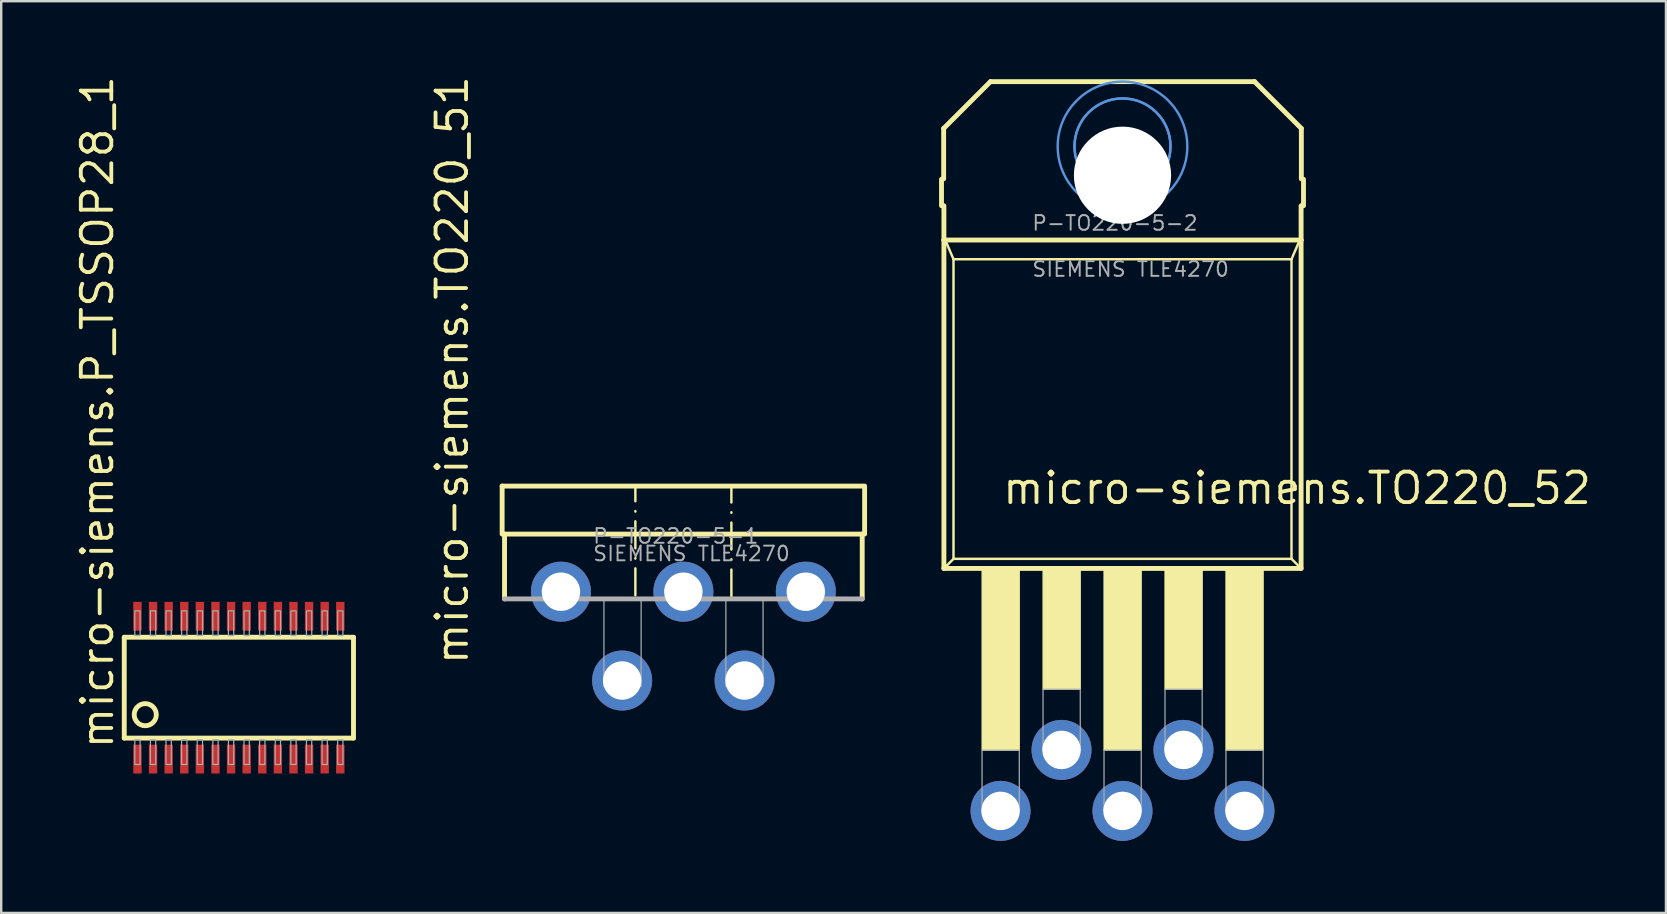
<source format=kicad_pcb>
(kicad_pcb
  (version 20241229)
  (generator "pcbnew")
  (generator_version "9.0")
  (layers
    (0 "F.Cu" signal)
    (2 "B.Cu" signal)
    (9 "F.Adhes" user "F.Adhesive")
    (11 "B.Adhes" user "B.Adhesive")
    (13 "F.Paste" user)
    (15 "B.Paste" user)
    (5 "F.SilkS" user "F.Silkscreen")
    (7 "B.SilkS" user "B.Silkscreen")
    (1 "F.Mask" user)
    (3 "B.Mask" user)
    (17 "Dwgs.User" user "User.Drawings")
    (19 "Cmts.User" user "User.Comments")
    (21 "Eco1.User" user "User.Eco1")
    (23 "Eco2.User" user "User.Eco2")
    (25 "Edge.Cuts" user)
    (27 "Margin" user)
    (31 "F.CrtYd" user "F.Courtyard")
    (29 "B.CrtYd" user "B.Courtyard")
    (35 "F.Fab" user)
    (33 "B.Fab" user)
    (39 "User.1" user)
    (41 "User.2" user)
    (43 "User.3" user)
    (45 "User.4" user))
  (footprint "micro-siemens.TO220_51"
    (layer "F.Cu")
    (at 25.418 17.099)
    (property "Reference" "micro-siemens.TO220_51" (at -8.89 7.62 90) (layer "F.SilkS") (effects (font (size 1.27 1.27) (thickness 0.16)) (justify left bottom)))
    (attr through_hole)
    (fp_line (start -7.55 0.1) (end -7.55 2.1) (stroke (width 0.203) (type default)) (layer "F.SilkS"))
    (fp_line (start -7.45 2.1) (end -7.45 4.8) (stroke (width 0.203) (type default)) (layer "F.SilkS"))
    (fp_line (start -2 4.65) (end -2 0.2) (stroke (width 0.102) (type dash_dot)) (layer "F.SilkS"))
    (fp_line (start 2 4.7) (end 2 0.2) (stroke (width 0.102) (type dash_dot)) (layer "F.SilkS"))
    (fp_line (start 7.45 2.1) (end -7.45 2.1) (stroke (width 0.203) (type default)) (layer "F.SilkS"))
    (fp_line (start 7.45 4.8) (end 7.45 2.1) (stroke (width 0.203) (type default)) (layer "F.SilkS"))
    (fp_line (start 7.5 0.1) (end -7.55 0.1) (stroke (width 0.203) (type default)) (layer "F.SilkS"))
    (fp_line (start 7.55 2.1) (end 7.55 0.1) (stroke (width 0.203) (type default)) (layer "F.SilkS"))
    (fp_line (start -7.45 4.8) (end 7.45 4.8) (stroke (width 0.203) (type default)) (layer "F.Fab"))
    (fp_rect (start -3.31 8.45) (end -1.76 4.8) (stroke (width 0.05) (type default)) (fill no) (layer "F.Fab"))
    (fp_rect (start 1.77 8.45) (end 3.32 4.8) (stroke (width 0.05) (type default)) (fill no) (layer "F.Fab"))
    (fp_text user "SIEMENS TLE4270" (at -3.81 3.27 0) (layer "F.Fab") (effects (font (size 0.61 0.61) (thickness 0.08)) (justify left bottom)))
    (fp_text user "P-TO220-5-1" (at -3.81 2.54 0) (layer "F.Fab") (effects (font (size 0.61 0.61) (thickness 0.08)) (justify left bottom)))
    (pad "1" thru_hole circle (at -5.1 4.5 90) (size 2.5 2.5) (drill 1.6) (layers "*.Cu" "*.Mask"))
    (pad "2" thru_hole circle (at -2.55 8.2 90) (size 2.5 2.5) (drill 1.6) (layers "*.Cu" "*.Mask"))
    (pad "3" thru_hole circle (at 0 4.5 90) (size 2.5 2.5) (drill 1.6) (layers "*.Cu" "*.Mask"))
    (pad "4" thru_hole circle (at 2.55 8.2 90) (size 2.5 2.5) (drill 1.6) (layers "*.Cu" "*.Mask"))
    (pad "5" thru_hole circle (at 5.1 4.5 90) (size 2.5 2.5) (drill 1.6) (layers "*.Cu" "*.Mask")))
  (footprint "micro-siemens.P_TSSOP28_1"
    (layer "F.Cu")
    (at 6.901 25.597)
    (property "Reference" "micro-siemens.P_TSSOP28_1" (at -5.151 2.63 90) (layer "F.SilkS") (effects (font (size 1.27 1.27) (thickness 0.16)) (justify left bottom)))
    (attr smd)
    (fp_line (start -4.775 -2.1) (end -4.775 2.1) (stroke (width 0.203) (type default)) (layer "F.SilkS"))
    (fp_line (start -4.775 2.1) (end 4.775 2.1) (stroke (width 0.203) (type default)) (layer "F.SilkS"))
    (fp_line (start 4.775 -2.1) (end -4.775 -2.1) (stroke (width 0.203) (type default)) (layer "F.SilkS"))
    (fp_line (start 4.775 2.1) (end 4.775 -2.1) (stroke (width 0.203) (type default)) (layer "F.SilkS"))
    (fp_circle (center -3.9 1.125) (end -3.44 1.125) (stroke (width 0.203) (type default)) (fill no) (layer "F.SilkS"))
    (fp_rect (start -4.335 -2.17) (end -4.115 -3.2) (stroke (width 0.05) (type default)) (fill no) (layer "F.Fab"))
    (fp_rect (start -4.335 3.2) (end -4.115 2.17) (stroke (width 0.05) (type default)) (fill no) (layer "F.Fab"))
    (fp_rect (start -3.685 -2.17) (end -3.465 -3.2) (stroke (width 0.05) (type default)) (fill no) (layer "F.Fab"))
    (fp_rect (start -3.685 3.2) (end -3.465 2.17) (stroke (width 0.05) (type default)) (fill no) (layer "F.Fab"))
    (fp_rect (start -3.035 -2.17) (end -2.815 -3.2) (stroke (width 0.05) (type default)) (fill no) (layer "F.Fab"))
    (fp_rect (start -3.035 3.2) (end -2.815 2.17) (stroke (width 0.05) (type default)) (fill no) (layer "F.Fab"))
    (fp_rect (start -2.385 -2.17) (end -2.165 -3.2) (stroke (width 0.05) (type default)) (fill no) (layer "F.Fab"))
    (fp_rect (start -2.385 3.2) (end -2.165 2.17) (stroke (width 0.05) (type default)) (fill no) (layer "F.Fab"))
    (fp_rect (start -1.735 -2.17) (end -1.515 -3.2) (stroke (width 0.05) (type default)) (fill no) (layer "F.Fab"))
    (fp_rect (start -1.735 3.2) (end -1.515 2.17) (stroke (width 0.05) (type default)) (fill no) (layer "F.Fab"))
    (fp_rect (start -1.085 -2.17) (end -0.865 -3.2) (stroke (width 0.05) (type default)) (fill no) (layer "F.Fab"))
    (fp_rect (start -1.085 3.2) (end -0.865 2.17) (stroke (width 0.05) (type default)) (fill no) (layer "F.Fab"))
    (fp_rect (start -0.435 -2.17) (end -0.215 -3.2) (stroke (width 0.05) (type default)) (fill no) (layer "F.Fab"))
    (fp_rect (start -0.435 3.2) (end -0.215 2.17) (stroke (width 0.05) (type default)) (fill no) (layer "F.Fab"))
    (fp_rect (start 0.215 -2.17) (end 0.435 -3.2) (stroke (width 0.05) (type default)) (fill no) (layer "F.Fab"))
    (fp_rect (start 0.215 3.2) (end 0.435 2.17) (stroke (width 0.05) (type default)) (fill no) (layer "F.Fab"))
    (fp_rect (start 0.865 -2.17) (end 1.085 -3.2) (stroke (width 0.05) (type default)) (fill no) (layer "F.Fab"))
    (fp_rect (start 0.865 3.2) (end 1.085 2.17) (stroke (width 0.05) (type default)) (fill no) (layer "F.Fab"))
    (fp_rect (start 1.515 -2.17) (end 1.735 -3.2) (stroke (width 0.05) (type default)) (fill no) (layer "F.Fab"))
    (fp_rect (start 1.515 3.2) (end 1.735 2.17) (stroke (width 0.05) (type default)) (fill no) (layer "F.Fab"))
    (fp_rect (start 2.165 -2.17) (end 2.385 -3.2) (stroke (width 0.05) (type default)) (fill no) (layer "F.Fab"))
    (fp_rect (start 2.165 3.2) (end 2.385 2.17) (stroke (width 0.05) (type default)) (fill no) (layer "F.Fab"))
    (fp_rect (start 2.815 -2.17) (end 3.035 -3.2) (stroke (width 0.05) (type default)) (fill no) (layer "F.Fab"))
    (fp_rect (start 2.815 3.2) (end 3.035 2.17) (stroke (width 0.05) (type default)) (fill no) (layer "F.Fab"))
    (fp_rect (start 3.465 -2.17) (end 3.685 -3.2) (stroke (width 0.05) (type default)) (fill no) (layer "F.Fab"))
    (fp_rect (start 3.465 3.2) (end 3.685 2.17) (stroke (width 0.05) (type default)) (fill no) (layer "F.Fab"))
    (fp_rect (start 4.115 -2.17) (end 4.335 -3.2) (stroke (width 0.05) (type default)) (fill no) (layer "F.Fab"))
    (fp_rect (start 4.115 3.2) (end 4.335 2.17) (stroke (width 0.05) (type default)) (fill no) (layer "F.Fab"))
    (pad "1" smd roundrect (at -4.225 2.975) (size 0.35 1.2) (layers "F.Cu" "F.Mask" "F.Paste") (roundrect_rratio 0.01))
    (pad "2" smd roundrect (at -3.575 2.975) (size 0.35 1.2) (layers "F.Cu" "F.Mask" "F.Paste") (roundrect_rratio 0.01))
    (pad "3" smd roundrect (at -2.925 2.975) (size 0.35 1.2) (layers "F.Cu" "F.Mask" "F.Paste") (roundrect_rratio 0.01))
    (pad "4" smd roundrect (at -2.275 2.975) (size 0.35 1.2) (layers "F.Cu" "F.Mask" "F.Paste") (roundrect_rratio 0.01))
    (pad "5" smd roundrect (at -1.625 2.975) (size 0.35 1.2) (layers "F.Cu" "F.Mask" "F.Paste") (roundrect_rratio 0.01))
    (pad "6" smd roundrect (at -0.975 2.975) (size 0.35 1.2) (layers "F.Cu" "F.Mask" "F.Paste") (roundrect_rratio 0.01))
    (pad "7" smd roundrect (at -0.325 2.975) (size 0.35 1.2) (layers "F.Cu" "F.Mask" "F.Paste") (roundrect_rratio 0.01))
    (pad "8" smd roundrect (at 0.325 2.975) (size 0.35 1.2) (layers "F.Cu" "F.Mask" "F.Paste") (roundrect_rratio 0.01))
    (pad "9" smd roundrect (at 0.975 2.975) (size 0.35 1.2) (layers "F.Cu" "F.Mask" "F.Paste") (roundrect_rratio 0.01))
    (pad "10" smd roundrect (at 1.625 2.975) (size 0.35 1.2) (layers "F.Cu" "F.Mask" "F.Paste") (roundrect_rratio 0.01))
    (pad "11" smd roundrect (at 2.275 2.975) (size 0.35 1.2) (layers "F.Cu" "F.Mask" "F.Paste") (roundrect_rratio 0.01))
    (pad "12" smd roundrect (at 2.925 2.975) (size 0.35 1.2) (layers "F.Cu" "F.Mask" "F.Paste") (roundrect_rratio 0.01))
    (pad "13" smd roundrect (at 3.575 2.975) (size 0.35 1.2) (layers "F.Cu" "F.Mask" "F.Paste") (roundrect_rratio 0.01))
    (pad "14" smd roundrect (at 4.225 2.975) (size 0.35 1.2) (layers "F.Cu" "F.Mask" "F.Paste") (roundrect_rratio 0.01))
    (pad "15" smd roundrect (at 4.225 -2.975) (size 0.35 1.2) (layers "F.Cu" "F.Mask" "F.Paste") (roundrect_rratio 0.01))
    (pad "16" smd roundrect (at 3.575 -2.975) (size 0.35 1.2) (layers "F.Cu" "F.Mask" "F.Paste") (roundrect_rratio 0.01))
    (pad "17" smd roundrect (at 2.925 -2.975) (size 0.35 1.2) (layers "F.Cu" "F.Mask" "F.Paste") (roundrect_rratio 0.01))
    (pad "18" smd roundrect (at 2.275 -2.975) (size 0.35 1.2) (layers "F.Cu" "F.Mask" "F.Paste") (roundrect_rratio 0.01))
    (pad "19" smd roundrect (at 1.625 -2.975) (size 0.35 1.2) (layers "F.Cu" "F.Mask" "F.Paste") (roundrect_rratio 0.01))
    (pad "20" smd roundrect (at 0.975 -2.975) (size 0.35 1.2) (layers "F.Cu" "F.Mask" "F.Paste") (roundrect_rratio 0.01))
    (pad "21" smd roundrect (at 0.325 -2.975) (size 0.35 1.2) (layers "F.Cu" "F.Mask" "F.Paste") (roundrect_rratio 0.01))
    (pad "22" smd roundrect (at -0.325 -2.975) (size 0.35 1.2) (layers "F.Cu" "F.Mask" "F.Paste") (roundrect_rratio 0.01))
    (pad "23" smd roundrect (at -0.975 -2.975) (size 0.35 1.2) (layers "F.Cu" "F.Mask" "F.Paste") (roundrect_rratio 0.01))
    (pad "24" smd roundrect (at -1.625 -2.975) (size 0.35 1.2) (layers "F.Cu" "F.Mask" "F.Paste") (roundrect_rratio 0.01))
    (pad "25" smd roundrect (at -2.275 -2.975) (size 0.35 1.2) (layers "F.Cu" "F.Mask" "F.Paste") (roundrect_rratio 0.01))
    (pad "26" smd roundrect (at -2.925 -2.975) (size 0.35 1.2) (layers "F.Cu" "F.Mask" "F.Paste") (roundrect_rratio 0.01))
    (pad "27" smd roundrect (at -3.575 -2.975) (size 0.35 1.2) (layers "F.Cu" "F.Mask" "F.Paste") (roundrect_rratio 0.01))
    (pad "28" smd roundrect (at -4.225 -2.975) (size 0.35 1.2) (layers "F.Cu" "F.Mask" "F.Paste") (roundrect_rratio 0.01)))
  (footprint "micro-siemens.TO220_52"
    (layer "F.Cu")
    (at 43.711 0.25)
    (property "Reference" "micro-siemens.TO220_52" (at -5.08 17.78 0) (layer "F.SilkS") (effects (font (size 1.27 1.27) (thickness 0.16)) (justify left bottom)))
    (attr through_hole)
    (fp_line (start -7.54 4.17) (end -7.54 5.27) (stroke (width 0.203) (type default)) (layer "F.SilkS"))
    (fp_line (start -7.45 2.05) (end -7.45 4.15) (stroke (width 0.203) (type default)) (layer "F.SilkS"))
    (fp_line (start -7.44 5.27) (end -7.44 6.7) (stroke (width 0.203) (type default)) (layer "F.SilkS"))
    (fp_line (start -7.44 6.7) (end -7.44 20.38) (stroke (width 0.203) (type default)) (layer "F.SilkS"))
    (fp_line (start -7.44 6.7) (end 7.44 6.7) (stroke (width 0.203) (type default)) (layer "F.SilkS"))
    (fp_line (start -7.44 20.38) (end -7.04 19.98) (stroke (width 0.102) (type default)) (layer "F.SilkS"))
    (fp_line (start -7.44 20.38) (end 7.44 20.38) (stroke (width 0.203) (type default)) (layer "F.SilkS"))
    (fp_line (start -7.04 7.5) (end -7.34 6.8) (stroke (width 0.102) (type default)) (layer "F.SilkS"))
    (fp_line (start -7.04 7.5) (end -7.04 19.98) (stroke (width 0.102) (type default)) (layer "F.SilkS"))
    (fp_line (start -7.04 19.98) (end 7.04 19.98) (stroke (width 0.102) (type default)) (layer "F.SilkS"))
    (fp_line (start -5.5 0.1) (end -7.45 2.05) (stroke (width 0.203) (type default)) (layer "F.SilkS"))
    (fp_line (start 5.5 0.1) (end -5.5 0.1) (stroke (width 0.203) (type default)) (layer "F.SilkS"))
    (fp_line (start 7.04 7.5) (end -7.04 7.5) (stroke (width 0.102) (type default)) (layer "F.SilkS"))
    (fp_line (start 7.04 7.5) (end 7.34 6.8) (stroke (width 0.102) (type default)) (layer "F.SilkS"))
    (fp_line (start 7.04 19.98) (end 7.04 7.5) (stroke (width 0.102) (type default)) (layer "F.SilkS"))
    (fp_line (start 7.04 19.98) (end 7.44 20.38) (stroke (width 0.102) (type default)) (layer "F.SilkS"))
    (fp_line (start 7.44 6.7) (end 7.44 5.27) (stroke (width 0.203) (type default)) (layer "F.SilkS"))
    (fp_line (start 7.44 20.38) (end 7.44 6.7) (stroke (width 0.203) (type default)) (layer "F.SilkS"))
    (fp_line (start 7.45 2.05) (end 5.5 0.1) (stroke (width 0.203) (type default)) (layer "F.SilkS"))
    (fp_line (start 7.45 4.15) (end 7.45 2.05) (stroke (width 0.203) (type default)) (layer "F.SilkS"))
    (fp_line (start 7.54 5.27) (end 7.54 4.17) (stroke (width 0.203) (type default)) (layer "F.SilkS"))
    (fp_rect (start -5.85 27.95) (end -4.3 20.4) (stroke (width 0.05) (type default)) (fill yes) (layer "F.SilkS"))
    (fp_rect (start -3.31 25.41) (end -1.76 20.32) (stroke (width 0.05) (type default)) (fill yes) (layer "F.SilkS"))
    (fp_rect (start -0.77 27.95) (end 0.78 20.4) (stroke (width 0.05) (type default)) (fill yes) (layer "F.SilkS"))
    (fp_rect (start 1.77 25.41) (end 3.32 20.32) (stroke (width 0.05) (type default)) (fill yes) (layer "F.SilkS"))
    (fp_rect (start 4.31 27.95) (end 5.86 20.4) (stroke (width 0.05) (type default)) (fill yes) (layer "F.SilkS"))
    (fp_circle (center 0 2.8) (end 2 2.8) (stroke (width 0.1) (type default)) (fill no) (layer "Cmts.User"))
    (fp_circle (center 0 2.8) (end 2 2.8) (stroke (width 0.1) (type default)) (fill no) (layer "Cmts.User"))
    (fp_circle (center 0 2.8) (end 2.7 2.8) (stroke (width 0.1) (type default)) (fill no) (layer "Cmts.User"))
    (fp_rect (start -5.85 30.5) (end -4.3 27.95) (stroke (width 0.05) (type default)) (fill no) (layer "F.Fab"))
    (fp_rect (start -3.31 27.96) (end -1.76 25.41) (stroke (width 0.05) (type default)) (fill no) (layer "F.Fab"))
    (fp_rect (start -0.77 30.5) (end 0.78 27.95) (stroke (width 0.05) (type default)) (fill no) (layer "F.Fab"))
    (fp_rect (start 1.77 27.96) (end 3.32 25.41) (stroke (width 0.05) (type default)) (fill no) (layer "F.Fab"))
    (fp_rect (start 4.31 30.5) (end 5.86 27.95) (stroke (width 0.05) (type default)) (fill no) (layer "F.Fab"))
    (fp_text user "P-TO220-5-2" (at -3.81 6.35 0) (layer "F.Fab") (effects (font (size 0.61 0.61) (thickness 0.08)) (justify left bottom)))
    (fp_text user "SIEMENS TLE4270" (at -3.81 8.27 0) (layer "F.Fab") (effects (font (size 0.61 0.61) (thickness 0.08)) (justify left bottom)))
    (pad "" np_thru_hole circle (at 0 4) (size 4.05 4.05) (drill 4.05) (layers "*.Cu" "*.Mask"))
    (pad "1" thru_hole circle (at -5.08 30.48 90) (size 2.5 2.5) (drill 1.6) (layers "*.Cu" "*.Mask"))
    (pad "2" thru_hole circle (at -2.54 27.94 90) (size 2.5 2.5) (drill 1.6) (layers "*.Cu" "*.Mask"))
    (pad "3" thru_hole circle (at 0 30.48 90) (size 2.5 2.5) (drill 1.6) (layers "*.Cu" "*.Mask"))
    (pad "4" thru_hole circle (at 2.54 27.94 90) (size 2.5 2.5) (drill 1.6) (layers "*.Cu" "*.Mask"))
    (pad "5" thru_hole circle (at 5.08 30.48 90) (size 2.5 2.5) (drill 1.6) (layers "*.Cu" "*.Mask")))
  (gr_rect
    (start -3 -3)
    (end 66.35 34.98)
    (stroke (width 0.1) (type default))
    (fill no)
    (layer "Edge.Cuts")))
</source>
